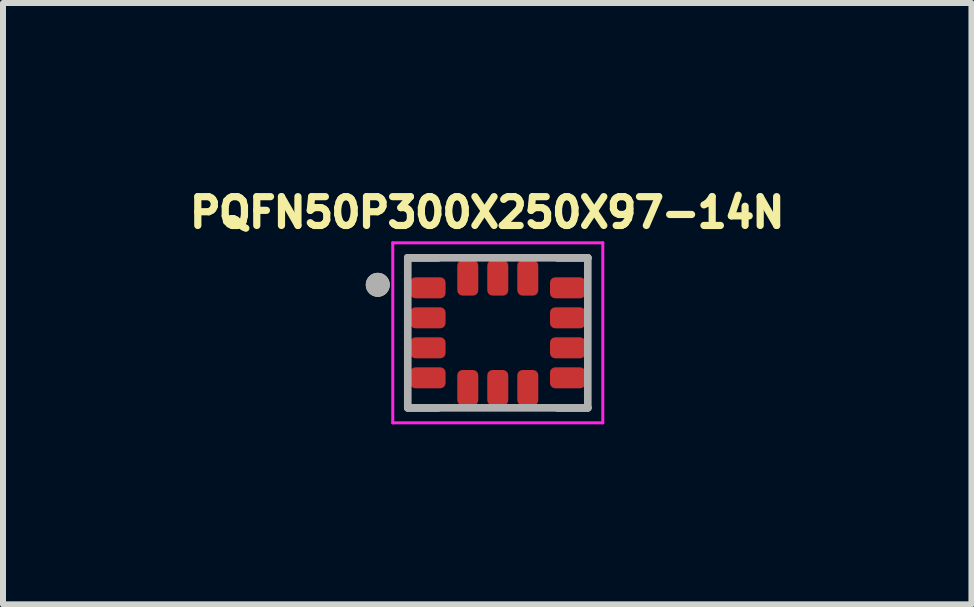
<source format=kicad_pcb>
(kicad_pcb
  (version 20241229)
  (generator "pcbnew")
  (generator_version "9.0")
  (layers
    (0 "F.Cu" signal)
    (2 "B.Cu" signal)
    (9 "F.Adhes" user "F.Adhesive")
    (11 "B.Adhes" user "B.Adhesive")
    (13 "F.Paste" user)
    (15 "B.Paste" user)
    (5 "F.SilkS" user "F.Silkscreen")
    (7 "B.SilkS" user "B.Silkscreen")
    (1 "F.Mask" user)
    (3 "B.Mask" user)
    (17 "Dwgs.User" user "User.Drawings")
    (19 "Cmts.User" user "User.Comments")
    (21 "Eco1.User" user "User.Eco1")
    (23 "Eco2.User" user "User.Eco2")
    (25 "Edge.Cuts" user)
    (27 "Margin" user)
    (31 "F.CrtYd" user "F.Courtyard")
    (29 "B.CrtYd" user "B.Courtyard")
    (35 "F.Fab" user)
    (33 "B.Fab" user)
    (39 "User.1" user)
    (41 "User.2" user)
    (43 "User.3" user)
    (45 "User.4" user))
  (footprint "PQFN50P300X250X97-14N"
    (layer "F.Cu")
    (at 5.245 2.496)
    (property "Reference" "PQFN50P300X250X97-14N" (at -0.176 -2.005 0) (layer "F.SilkS") (effects (font (size 0.48 0.48) (thickness 0.15))))
    (attr smd)
    (fp_poly (pts (xy -0.82 -0.85) (xy -0.82 -0.65) (xy -0.82 -0.643) (xy -0.821 -0.637) (xy -0.822 -0.63) (xy -0.823 -0.624) (xy -0.824 -0.618) (xy -0.826 -0.611) (xy -0.828 -0.605) (xy -0.831 -0.599) (xy -0.834 -0.593) (xy -0.837 -0.588) (xy -0.84 -0.582) (xy -0.844 -0.577) (xy -0.848 -0.571) (xy -0.852 -0.566) (xy -0.857 -0.562) (xy -0.861 -0.557) (xy -0.866 -0.553) (xy -0.872 -0.549) (xy -0.877 -0.545) (xy -0.882 -0.542) (xy -0.888 -0.539) (xy -0.894 -0.536) (xy -0.9 -0.533) (xy -0.906 -0.531) (xy -0.913 -0.529) (xy -0.919 -0.528) (xy -0.925 -0.527) (xy -0.932 -0.526) (xy -0.938 -0.525) (xy -0.945 -0.525) (xy -1.385 -0.525) (xy -1.392 -0.525) (xy -1.398 -0.526) (xy -1.405 -0.527) (xy -1.411 -0.528) (xy -1.417 -0.529) (xy -1.424 -0.531) (xy -1.43 -0.533) (xy -1.436 -0.536) (xy -1.442 -0.539) (xy -1.448 -0.542) (xy -1.453 -0.545) (xy -1.458 -0.549) (xy -1.464 -0.553) (xy -1.469 -0.557) (xy -1.473 -0.562) (xy -1.478 -0.566) (xy -1.482 -0.571) (xy -1.486 -0.577) (xy -1.49 -0.582) (xy -1.493 -0.588) (xy -1.496 -0.593) (xy -1.499 -0.599) (xy -1.502 -0.605) (xy -1.504 -0.611) (xy -1.506 -0.618) (xy -1.507 -0.624) (xy -1.508 -0.63) (xy -1.509 -0.637) (xy -1.51 -0.643) (xy -1.51 -0.65) (xy -1.51 -0.85) (xy -1.51 -0.857) (xy -1.509 -0.863) (xy -1.508 -0.87) (xy -1.507 -0.876) (xy -1.506 -0.882) (xy -1.504 -0.889) (xy -1.502 -0.895) (xy -1.499 -0.901) (xy -1.496 -0.907) (xy -1.493 -0.912) (xy -1.49 -0.918) (xy -1.486 -0.923) (xy -1.482 -0.929) (xy -1.478 -0.934) (xy -1.473 -0.938) (xy -1.469 -0.943) (xy -1.464 -0.947) (xy -1.458 -0.951) (xy -1.453 -0.955) (xy -1.448 -0.958) (xy -1.442 -0.961) (xy -1.436 -0.964) (xy -1.43 -0.967) (xy -1.424 -0.969) (xy -1.417 -0.971) (xy -1.411 -0.972) (xy -1.405 -0.973) (xy -1.398 -0.974) (xy -1.392 -0.975) (xy -1.385 -0.975) (xy -0.945 -0.975) (xy -0.938 -0.975) (xy -0.932 -0.974) (xy -0.925 -0.973) (xy -0.919 -0.972) (xy -0.913 -0.971) (xy -0.906 -0.969) (xy -0.9 -0.967) (xy -0.894 -0.964) (xy -0.888 -0.961) (xy -0.882 -0.958) (xy -0.877 -0.955) (xy -0.872 -0.951) (xy -0.866 -0.947) (xy -0.861 -0.943) (xy -0.857 -0.938) (xy -0.852 -0.934) (xy -0.848 -0.929) (xy -0.844 -0.923) (xy -0.84 -0.918) (xy -0.837 -0.912) (xy -0.834 -0.907) (xy -0.831 -0.901) (xy -0.828 -0.895) (xy -0.826 -0.889) (xy -0.824 -0.882) (xy -0.823 -0.876) (xy -0.822 -0.87) (xy -0.821 -0.863) (xy -0.82 -0.857) (xy -0.82 -0.85)) (stroke (width 0.01) (type solid)) (fill yes) (layer "F.Mask"))
    (fp_poly (pts (xy -0.82 -0.35) (xy -0.82 -0.15) (xy -0.82 -0.143) (xy -0.821 -0.137) (xy -0.822 -0.13) (xy -0.823 -0.124) (xy -0.824 -0.118) (xy -0.826 -0.111) (xy -0.828 -0.105) (xy -0.831 -0.099) (xy -0.834 -0.093) (xy -0.837 -0.088) (xy -0.84 -0.082) (xy -0.844 -0.077) (xy -0.848 -0.071) (xy -0.852 -0.066) (xy -0.857 -0.062) (xy -0.861 -0.057) (xy -0.866 -0.053) (xy -0.872 -0.049) (xy -0.877 -0.045) (xy -0.882 -0.042) (xy -0.888 -0.039) (xy -0.894 -0.036) (xy -0.9 -0.033) (xy -0.906 -0.031) (xy -0.913 -0.029) (xy -0.919 -0.028) (xy -0.925 -0.027) (xy -0.932 -0.026) (xy -0.938 -0.025) (xy -0.945 -0.025) (xy -1.385 -0.025) (xy -1.392 -0.025) (xy -1.398 -0.026) (xy -1.405 -0.027) (xy -1.411 -0.028) (xy -1.417 -0.029) (xy -1.424 -0.031) (xy -1.43 -0.033) (xy -1.436 -0.036) (xy -1.442 -0.039) (xy -1.448 -0.042) (xy -1.453 -0.045) (xy -1.458 -0.049) (xy -1.464 -0.053) (xy -1.469 -0.057) (xy -1.473 -0.062) (xy -1.478 -0.066) (xy -1.482 -0.071) (xy -1.486 -0.077) (xy -1.49 -0.082) (xy -1.493 -0.088) (xy -1.496 -0.093) (xy -1.499 -0.099) (xy -1.502 -0.105) (xy -1.504 -0.111) (xy -1.506 -0.118) (xy -1.507 -0.124) (xy -1.508 -0.13) (xy -1.509 -0.137) (xy -1.51 -0.143) (xy -1.51 -0.15) (xy -1.51 -0.35) (xy -1.51 -0.357) (xy -1.509 -0.363) (xy -1.508 -0.37) (xy -1.507 -0.376) (xy -1.506 -0.382) (xy -1.504 -0.389) (xy -1.502 -0.395) (xy -1.499 -0.401) (xy -1.496 -0.407) (xy -1.493 -0.412) (xy -1.49 -0.418) (xy -1.486 -0.423) (xy -1.482 -0.429) (xy -1.478 -0.434) (xy -1.473 -0.438) (xy -1.469 -0.443) (xy -1.464 -0.447) (xy -1.458 -0.451) (xy -1.453 -0.455) (xy -1.448 -0.458) (xy -1.442 -0.461) (xy -1.436 -0.464) (xy -1.43 -0.467) (xy -1.424 -0.469) (xy -1.417 -0.471) (xy -1.411 -0.472) (xy -1.405 -0.473) (xy -1.398 -0.474) (xy -1.392 -0.475) (xy -1.385 -0.475) (xy -0.945 -0.475) (xy -0.938 -0.475) (xy -0.932 -0.474) (xy -0.925 -0.473) (xy -0.919 -0.472) (xy -0.913 -0.471) (xy -0.906 -0.469) (xy -0.9 -0.467) (xy -0.894 -0.464) (xy -0.888 -0.461) (xy -0.882 -0.458) (xy -0.877 -0.455) (xy -0.872 -0.451) (xy -0.866 -0.447) (xy -0.861 -0.443) (xy -0.857 -0.438) (xy -0.852 -0.434) (xy -0.848 -0.429) (xy -0.844 -0.423) (xy -0.84 -0.418) (xy -0.837 -0.412) (xy -0.834 -0.407) (xy -0.831 -0.401) (xy -0.828 -0.395) (xy -0.826 -0.389) (xy -0.824 -0.382) (xy -0.823 -0.376) (xy -0.822 -0.37) (xy -0.821 -0.363) (xy -0.82 -0.357) (xy -0.82 -0.35)) (stroke (width 0.01) (type solid)) (fill yes) (layer "F.Mask"))
    (fp_poly (pts (xy -0.82 0.15) (xy -0.82 0.35) (xy -0.82 0.357) (xy -0.821 0.363) (xy -0.822 0.37) (xy -0.823 0.376) (xy -0.824 0.382) (xy -0.826 0.389) (xy -0.828 0.395) (xy -0.831 0.401) (xy -0.834 0.407) (xy -0.837 0.412) (xy -0.84 0.418) (xy -0.844 0.423) (xy -0.848 0.429) (xy -0.852 0.434) (xy -0.857 0.438) (xy -0.861 0.443) (xy -0.866 0.447) (xy -0.872 0.451) (xy -0.877 0.455) (xy -0.882 0.458) (xy -0.888 0.461) (xy -0.894 0.464) (xy -0.9 0.467) (xy -0.906 0.469) (xy -0.913 0.471) (xy -0.919 0.472) (xy -0.925 0.473) (xy -0.932 0.474) (xy -0.938 0.475) (xy -0.945 0.475) (xy -1.385 0.475) (xy -1.392 0.475) (xy -1.398 0.474) (xy -1.405 0.473) (xy -1.411 0.472) (xy -1.417 0.471) (xy -1.424 0.469) (xy -1.43 0.467) (xy -1.436 0.464) (xy -1.442 0.461) (xy -1.448 0.458) (xy -1.453 0.455) (xy -1.458 0.451) (xy -1.464 0.447) (xy -1.469 0.443) (xy -1.473 0.438) (xy -1.478 0.434) (xy -1.482 0.429) (xy -1.486 0.423) (xy -1.49 0.418) (xy -1.493 0.412) (xy -1.496 0.407) (xy -1.499 0.401) (xy -1.502 0.395) (xy -1.504 0.389) (xy -1.506 0.382) (xy -1.507 0.376) (xy -1.508 0.37) (xy -1.509 0.363) (xy -1.51 0.357) (xy -1.51 0.35) (xy -1.51 0.15) (xy -1.51 0.143) (xy -1.509 0.137) (xy -1.508 0.13) (xy -1.507 0.124) (xy -1.506 0.118) (xy -1.504 0.111) (xy -1.502 0.105) (xy -1.499 0.099) (xy -1.496 0.093) (xy -1.493 0.088) (xy -1.49 0.082) (xy -1.486 0.077) (xy -1.482 0.071) (xy -1.478 0.066) (xy -1.473 0.062) (xy -1.469 0.057) (xy -1.464 0.053) (xy -1.458 0.049) (xy -1.453 0.045) (xy -1.448 0.042) (xy -1.442 0.039) (xy -1.436 0.036) (xy -1.43 0.033) (xy -1.424 0.031) (xy -1.417 0.029) (xy -1.411 0.028) (xy -1.405 0.027) (xy -1.398 0.026) (xy -1.392 0.025) (xy -1.385 0.025) (xy -0.945 0.025) (xy -0.938 0.025) (xy -0.932 0.026) (xy -0.925 0.027) (xy -0.919 0.028) (xy -0.913 0.029) (xy -0.906 0.031) (xy -0.9 0.033) (xy -0.894 0.036) (xy -0.888 0.039) (xy -0.882 0.042) (xy -0.877 0.045) (xy -0.872 0.049) (xy -0.866 0.053) (xy -0.861 0.057) (xy -0.857 0.062) (xy -0.852 0.066) (xy -0.848 0.071) (xy -0.844 0.077) (xy -0.84 0.082) (xy -0.837 0.088) (xy -0.834 0.093) (xy -0.831 0.099) (xy -0.828 0.105) (xy -0.826 0.111) (xy -0.824 0.118) (xy -0.823 0.124) (xy -0.822 0.13) (xy -0.821 0.137) (xy -0.82 0.143) (xy -0.82 0.15)) (stroke (width 0.01) (type solid)) (fill yes) (layer "F.Mask"))
    (fp_poly (pts (xy -0.82 0.65) (xy -0.82 0.85) (xy -0.82 0.857) (xy -0.821 0.863) (xy -0.822 0.87) (xy -0.823 0.876) (xy -0.824 0.882) (xy -0.826 0.889) (xy -0.828 0.895) (xy -0.831 0.901) (xy -0.834 0.907) (xy -0.837 0.912) (xy -0.84 0.918) (xy -0.844 0.923) (xy -0.848 0.929) (xy -0.852 0.934) (xy -0.857 0.938) (xy -0.861 0.943) (xy -0.866 0.947) (xy -0.872 0.951) (xy -0.877 0.955) (xy -0.882 0.958) (xy -0.888 0.961) (xy -0.894 0.964) (xy -0.9 0.967) (xy -0.906 0.969) (xy -0.913 0.971) (xy -0.919 0.972) (xy -0.925 0.973) (xy -0.932 0.974) (xy -0.938 0.975) (xy -0.945 0.975) (xy -1.385 0.975) (xy -1.392 0.975) (xy -1.398 0.974) (xy -1.405 0.973) (xy -1.411 0.972) (xy -1.417 0.971) (xy -1.424 0.969) (xy -1.43 0.967) (xy -1.436 0.964) (xy -1.442 0.961) (xy -1.448 0.958) (xy -1.453 0.955) (xy -1.458 0.951) (xy -1.464 0.947) (xy -1.469 0.943) (xy -1.473 0.938) (xy -1.478 0.934) (xy -1.482 0.929) (xy -1.486 0.923) (xy -1.49 0.918) (xy -1.493 0.912) (xy -1.496 0.907) (xy -1.499 0.901) (xy -1.502 0.895) (xy -1.504 0.889) (xy -1.506 0.882) (xy -1.507 0.876) (xy -1.508 0.87) (xy -1.509 0.863) (xy -1.51 0.857) (xy -1.51 0.85) (xy -1.51 0.65) (xy -1.51 0.643) (xy -1.509 0.637) (xy -1.508 0.63) (xy -1.507 0.624) (xy -1.506 0.618) (xy -1.504 0.611) (xy -1.502 0.605) (xy -1.499 0.599) (xy -1.496 0.593) (xy -1.493 0.588) (xy -1.49 0.582) (xy -1.486 0.577) (xy -1.482 0.571) (xy -1.478 0.566) (xy -1.473 0.562) (xy -1.469 0.557) (xy -1.464 0.553) (xy -1.458 0.549) (xy -1.453 0.545) (xy -1.448 0.542) (xy -1.442 0.539) (xy -1.436 0.536) (xy -1.43 0.533) (xy -1.424 0.531) (xy -1.417 0.529) (xy -1.411 0.528) (xy -1.405 0.527) (xy -1.398 0.526) (xy -1.392 0.525) (xy -1.385 0.525) (xy -0.945 0.525) (xy -0.938 0.525) (xy -0.932 0.526) (xy -0.925 0.527) (xy -0.919 0.528) (xy -0.913 0.529) (xy -0.906 0.531) (xy -0.9 0.533) (xy -0.894 0.536) (xy -0.888 0.539) (xy -0.882 0.542) (xy -0.877 0.545) (xy -0.872 0.549) (xy -0.866 0.553) (xy -0.861 0.557) (xy -0.857 0.562) (xy -0.852 0.566) (xy -0.848 0.571) (xy -0.844 0.577) (xy -0.84 0.582) (xy -0.837 0.588) (xy -0.834 0.593) (xy -0.831 0.599) (xy -0.828 0.605) (xy -0.826 0.611) (xy -0.824 0.618) (xy -0.823 0.624) (xy -0.822 0.63) (xy -0.821 0.637) (xy -0.82 0.643) (xy -0.82 0.65)) (stroke (width 0.01) (type solid)) (fill yes) (layer "F.Mask"))
    (fp_poly (pts (xy -0.6 -1.26) (xy -0.4 -1.26) (xy -0.393 -1.26) (xy -0.387 -1.259) (xy -0.38 -1.258) (xy -0.374 -1.257) (xy -0.368 -1.256) (xy -0.361 -1.254) (xy -0.355 -1.252) (xy -0.349 -1.249) (xy -0.343 -1.246) (xy -0.338 -1.243) (xy -0.332 -1.24) (xy -0.327 -1.236) (xy -0.321 -1.232) (xy -0.316 -1.228) (xy -0.312 -1.223) (xy -0.307 -1.219) (xy -0.303 -1.214) (xy -0.299 -1.208) (xy -0.295 -1.203) (xy -0.292 -1.198) (xy -0.289 -1.192) (xy -0.286 -1.186) (xy -0.283 -1.18) (xy -0.281 -1.174) (xy -0.279 -1.167) (xy -0.278 -1.161) (xy -0.277 -1.155) (xy -0.276 -1.148) (xy -0.275 -1.142) (xy -0.275 -1.135) (xy -0.275 -0.695) (xy -0.275 -0.688) (xy -0.276 -0.682) (xy -0.277 -0.675) (xy -0.278 -0.669) (xy -0.279 -0.663) (xy -0.281 -0.656) (xy -0.283 -0.65) (xy -0.286 -0.644) (xy -0.289 -0.638) (xy -0.292 -0.632) (xy -0.295 -0.627) (xy -0.299 -0.622) (xy -0.303 -0.616) (xy -0.307 -0.611) (xy -0.312 -0.607) (xy -0.316 -0.602) (xy -0.321 -0.598) (xy -0.327 -0.594) (xy -0.332 -0.59) (xy -0.338 -0.587) (xy -0.343 -0.584) (xy -0.349 -0.581) (xy -0.355 -0.578) (xy -0.361 -0.576) (xy -0.368 -0.574) (xy -0.374 -0.573) (xy -0.38 -0.572) (xy -0.387 -0.571) (xy -0.393 -0.57) (xy -0.4 -0.57) (xy -0.6 -0.57) (xy -0.607 -0.57) (xy -0.613 -0.571) (xy -0.62 -0.572) (xy -0.626 -0.573) (xy -0.632 -0.574) (xy -0.639 -0.576) (xy -0.645 -0.578) (xy -0.651 -0.581) (xy -0.657 -0.584) (xy -0.663 -0.587) (xy -0.668 -0.59) (xy -0.673 -0.594) (xy -0.679 -0.598) (xy -0.684 -0.602) (xy -0.688 -0.607) (xy -0.693 -0.611) (xy -0.697 -0.616) (xy -0.701 -0.622) (xy -0.705 -0.627) (xy -0.708 -0.632) (xy -0.711 -0.638) (xy -0.714 -0.644) (xy -0.717 -0.65) (xy -0.719 -0.656) (xy -0.721 -0.663) (xy -0.722 -0.669) (xy -0.723 -0.675) (xy -0.724 -0.682) (xy -0.725 -0.688) (xy -0.725 -0.695) (xy -0.725 -1.135) (xy -0.725 -1.142) (xy -0.724 -1.148) (xy -0.723 -1.155) (xy -0.722 -1.161) (xy -0.721 -1.167) (xy -0.719 -1.174) (xy -0.717 -1.18) (xy -0.714 -1.186) (xy -0.711 -1.192) (xy -0.708 -1.198) (xy -0.705 -1.203) (xy -0.701 -1.208) (xy -0.697 -1.214) (xy -0.693 -1.219) (xy -0.688 -1.223) (xy -0.684 -1.228) (xy -0.679 -1.232) (xy -0.673 -1.236) (xy -0.668 -1.24) (xy -0.662 -1.243) (xy -0.657 -1.246) (xy -0.651 -1.249) (xy -0.645 -1.252) (xy -0.639 -1.254) (xy -0.632 -1.256) (xy -0.626 -1.257) (xy -0.62 -1.258) (xy -0.613 -1.259) (xy -0.607 -1.26) (xy -0.6 -1.26)) (stroke (width 0.01) (type solid)) (fill yes) (layer "F.Mask"))
    (fp_poly (pts (xy -0.6 0.57) (xy -0.4 0.57) (xy -0.393 0.57) (xy -0.387 0.571) (xy -0.38 0.572) (xy -0.374 0.573) (xy -0.368 0.574) (xy -0.361 0.576) (xy -0.355 0.578) (xy -0.349 0.581) (xy -0.343 0.584) (xy -0.338 0.587) (xy -0.332 0.59) (xy -0.327 0.594) (xy -0.321 0.598) (xy -0.316 0.602) (xy -0.312 0.607) (xy -0.307 0.611) (xy -0.303 0.616) (xy -0.299 0.622) (xy -0.295 0.627) (xy -0.292 0.632) (xy -0.289 0.638) (xy -0.286 0.644) (xy -0.283 0.65) (xy -0.281 0.656) (xy -0.279 0.663) (xy -0.278 0.669) (xy -0.277 0.675) (xy -0.276 0.682) (xy -0.275 0.688) (xy -0.275 0.695) (xy -0.275 1.135) (xy -0.275 1.142) (xy -0.276 1.148) (xy -0.277 1.155) (xy -0.278 1.161) (xy -0.279 1.167) (xy -0.281 1.174) (xy -0.283 1.18) (xy -0.286 1.186) (xy -0.289 1.192) (xy -0.292 1.198) (xy -0.295 1.203) (xy -0.299 1.208) (xy -0.303 1.214) (xy -0.307 1.219) (xy -0.312 1.223) (xy -0.316 1.228) (xy -0.321 1.232) (xy -0.327 1.236) (xy -0.332 1.24) (xy -0.338 1.243) (xy -0.343 1.246) (xy -0.349 1.249) (xy -0.355 1.252) (xy -0.361 1.254) (xy -0.368 1.256) (xy -0.374 1.257) (xy -0.38 1.258) (xy -0.387 1.259) (xy -0.393 1.26) (xy -0.4 1.26) (xy -0.6 1.26) (xy -0.607 1.26) (xy -0.613 1.259) (xy -0.62 1.258) (xy -0.626 1.257) (xy -0.632 1.256) (xy -0.639 1.254) (xy -0.645 1.252) (xy -0.651 1.249) (xy -0.657 1.246) (xy -0.663 1.243) (xy -0.668 1.24) (xy -0.673 1.236) (xy -0.679 1.232) (xy -0.684 1.228) (xy -0.688 1.223) (xy -0.693 1.219) (xy -0.697 1.214) (xy -0.701 1.208) (xy -0.705 1.203) (xy -0.708 1.198) (xy -0.711 1.192) (xy -0.714 1.186) (xy -0.717 1.18) (xy -0.719 1.174) (xy -0.721 1.167) (xy -0.722 1.161) (xy -0.723 1.155) (xy -0.724 1.148) (xy -0.725 1.142) (xy -0.725 1.135) (xy -0.725 0.695) (xy -0.725 0.688) (xy -0.724 0.682) (xy -0.723 0.675) (xy -0.722 0.669) (xy -0.721 0.663) (xy -0.719 0.656) (xy -0.717 0.65) (xy -0.714 0.644) (xy -0.711 0.638) (xy -0.708 0.632) (xy -0.705 0.627) (xy -0.701 0.622) (xy -0.697 0.616) (xy -0.693 0.611) (xy -0.688 0.607) (xy -0.684 0.602) (xy -0.679 0.598) (xy -0.673 0.594) (xy -0.668 0.59) (xy -0.662 0.587) (xy -0.657 0.584) (xy -0.651 0.581) (xy -0.645 0.578) (xy -0.639 0.576) (xy -0.632 0.574) (xy -0.626 0.573) (xy -0.62 0.572) (xy -0.613 0.571) (xy -0.607 0.57) (xy -0.6 0.57)) (stroke (width 0.01) (type solid)) (fill yes) (layer "F.Mask"))
    (fp_poly (pts (xy -0.1 -1.26) (xy 0.1 -1.26) (xy 0.107 -1.26) (xy 0.113 -1.259) (xy 0.12 -1.258) (xy 0.126 -1.257) (xy 0.132 -1.256) (xy 0.139 -1.254) (xy 0.145 -1.252) (xy 0.151 -1.249) (xy 0.157 -1.246) (xy 0.163 -1.243) (xy 0.168 -1.24) (xy 0.173 -1.236) (xy 0.179 -1.232) (xy 0.184 -1.228) (xy 0.188 -1.223) (xy 0.193 -1.219) (xy 0.197 -1.214) (xy 0.201 -1.208) (xy 0.205 -1.203) (xy 0.208 -1.198) (xy 0.211 -1.192) (xy 0.214 -1.186) (xy 0.217 -1.18) (xy 0.219 -1.174) (xy 0.221 -1.167) (xy 0.222 -1.161) (xy 0.223 -1.155) (xy 0.224 -1.148) (xy 0.225 -1.142) (xy 0.225 -1.135) (xy 0.225 -0.695) (xy 0.225 -0.688) (xy 0.224 -0.682) (xy 0.223 -0.675) (xy 0.222 -0.669) (xy 0.221 -0.663) (xy 0.219 -0.656) (xy 0.217 -0.65) (xy 0.214 -0.644) (xy 0.211 -0.638) (xy 0.208 -0.632) (xy 0.205 -0.627) (xy 0.201 -0.622) (xy 0.197 -0.616) (xy 0.193 -0.611) (xy 0.188 -0.607) (xy 0.184 -0.602) (xy 0.179 -0.598) (xy 0.173 -0.594) (xy 0.168 -0.59) (xy 0.163 -0.587) (xy 0.157 -0.584) (xy 0.151 -0.581) (xy 0.145 -0.578) (xy 0.139 -0.576) (xy 0.132 -0.574) (xy 0.126 -0.573) (xy 0.12 -0.572) (xy 0.113 -0.571) (xy 0.107 -0.57) (xy 0.1 -0.57) (xy -0.1 -0.57) (xy -0.107 -0.57) (xy -0.113 -0.571) (xy -0.12 -0.572) (xy -0.126 -0.573) (xy -0.132 -0.574) (xy -0.139 -0.576) (xy -0.145 -0.578) (xy -0.151 -0.581) (xy -0.157 -0.584) (xy -0.163 -0.587) (xy -0.168 -0.59) (xy -0.173 -0.594) (xy -0.179 -0.598) (xy -0.184 -0.602) (xy -0.188 -0.607) (xy -0.193 -0.611) (xy -0.197 -0.616) (xy -0.201 -0.622) (xy -0.205 -0.627) (xy -0.208 -0.632) (xy -0.211 -0.638) (xy -0.214 -0.644) (xy -0.217 -0.65) (xy -0.219 -0.656) (xy -0.221 -0.663) (xy -0.222 -0.669) (xy -0.223 -0.675) (xy -0.224 -0.682) (xy -0.225 -0.688) (xy -0.225 -0.695) (xy -0.225 -1.135) (xy -0.225 -1.142) (xy -0.224 -1.148) (xy -0.223 -1.155) (xy -0.222 -1.161) (xy -0.221 -1.167) (xy -0.219 -1.174) (xy -0.217 -1.18) (xy -0.214 -1.186) (xy -0.211 -1.192) (xy -0.208 -1.198) (xy -0.205 -1.203) (xy -0.201 -1.208) (xy -0.197 -1.214) (xy -0.193 -1.219) (xy -0.188 -1.223) (xy -0.184 -1.228) (xy -0.179 -1.232) (xy -0.173 -1.236) (xy -0.168 -1.24) (xy -0.162 -1.243) (xy -0.157 -1.246) (xy -0.151 -1.249) (xy -0.145 -1.252) (xy -0.139 -1.254) (xy -0.132 -1.256) (xy -0.126 -1.257) (xy -0.12 -1.258) (xy -0.113 -1.259) (xy -0.107 -1.26) (xy -0.1 -1.26)) (stroke (width 0.01) (type solid)) (fill yes) (layer "F.Mask"))
    (fp_poly (pts (xy -0.1 0.57) (xy 0.1 0.57) (xy 0.107 0.57) (xy 0.113 0.571) (xy 0.12 0.572) (xy 0.126 0.573) (xy 0.132 0.574) (xy 0.139 0.576) (xy 0.145 0.578) (xy 0.151 0.581) (xy 0.157 0.584) (xy 0.163 0.587) (xy 0.168 0.59) (xy 0.173 0.594) (xy 0.179 0.598) (xy 0.184 0.602) (xy 0.188 0.607) (xy 0.193 0.611) (xy 0.197 0.616) (xy 0.201 0.622) (xy 0.205 0.627) (xy 0.208 0.632) (xy 0.211 0.638) (xy 0.214 0.644) (xy 0.217 0.65) (xy 0.219 0.656) (xy 0.221 0.663) (xy 0.222 0.669) (xy 0.223 0.675) (xy 0.224 0.682) (xy 0.225 0.688) (xy 0.225 0.695) (xy 0.225 1.135) (xy 0.225 1.142) (xy 0.224 1.148) (xy 0.223 1.155) (xy 0.222 1.161) (xy 0.221 1.167) (xy 0.219 1.174) (xy 0.217 1.18) (xy 0.214 1.186) (xy 0.211 1.192) (xy 0.208 1.198) (xy 0.205 1.203) (xy 0.201 1.208) (xy 0.197 1.214) (xy 0.193 1.219) (xy 0.188 1.223) (xy 0.184 1.228) (xy 0.179 1.232) (xy 0.173 1.236) (xy 0.168 1.24) (xy 0.163 1.243) (xy 0.157 1.246) (xy 0.151 1.249) (xy 0.145 1.252) (xy 0.139 1.254) (xy 0.132 1.256) (xy 0.126 1.257) (xy 0.12 1.258) (xy 0.113 1.259) (xy 0.107 1.26) (xy 0.1 1.26) (xy -0.1 1.26) (xy -0.107 1.26) (xy -0.113 1.259) (xy -0.12 1.258) (xy -0.126 1.257) (xy -0.132 1.256) (xy -0.139 1.254) (xy -0.145 1.252) (xy -0.151 1.249) (xy -0.157 1.246) (xy -0.163 1.243) (xy -0.168 1.24) (xy -0.173 1.236) (xy -0.179 1.232) (xy -0.184 1.228) (xy -0.188 1.223) (xy -0.193 1.219) (xy -0.197 1.214) (xy -0.201 1.208) (xy -0.205 1.203) (xy -0.208 1.198) (xy -0.211 1.192) (xy -0.214 1.186) (xy -0.217 1.18) (xy -0.219 1.174) (xy -0.221 1.167) (xy -0.222 1.161) (xy -0.223 1.155) (xy -0.224 1.148) (xy -0.225 1.142) (xy -0.225 1.135) (xy -0.225 0.695) (xy -0.225 0.688) (xy -0.224 0.682) (xy -0.223 0.675) (xy -0.222 0.669) (xy -0.221 0.663) (xy -0.219 0.656) (xy -0.217 0.65) (xy -0.214 0.644) (xy -0.211 0.638) (xy -0.208 0.632) (xy -0.205 0.627) (xy -0.201 0.622) (xy -0.197 0.616) (xy -0.193 0.611) (xy -0.188 0.607) (xy -0.184 0.602) (xy -0.179 0.598) (xy -0.173 0.594) (xy -0.168 0.59) (xy -0.162 0.587) (xy -0.157 0.584) (xy -0.151 0.581) (xy -0.145 0.578) (xy -0.139 0.576) (xy -0.132 0.574) (xy -0.126 0.573) (xy -0.12 0.572) (xy -0.113 0.571) (xy -0.107 0.57) (xy -0.1 0.57)) (stroke (width 0.01) (type solid)) (fill yes) (layer "F.Mask"))
    (fp_poly (pts (xy 0.4 -1.26) (xy 0.6 -1.26) (xy 0.607 -1.26) (xy 0.613 -1.259) (xy 0.62 -1.258) (xy 0.626 -1.257) (xy 0.632 -1.256) (xy 0.639 -1.254) (xy 0.645 -1.252) (xy 0.651 -1.249) (xy 0.657 -1.246) (xy 0.662 -1.243) (xy 0.668 -1.24) (xy 0.673 -1.236) (xy 0.679 -1.232) (xy 0.684 -1.228) (xy 0.688 -1.223) (xy 0.693 -1.219) (xy 0.697 -1.214) (xy 0.701 -1.208) (xy 0.705 -1.203) (xy 0.708 -1.198) (xy 0.711 -1.192) (xy 0.714 -1.186) (xy 0.717 -1.18) (xy 0.719 -1.174) (xy 0.721 -1.167) (xy 0.722 -1.161) (xy 0.723 -1.155) (xy 0.724 -1.148) (xy 0.725 -1.142) (xy 0.725 -1.135) (xy 0.725 -0.695) (xy 0.725 -0.688) (xy 0.724 -0.682) (xy 0.723 -0.675) (xy 0.722 -0.669) (xy 0.721 -0.663) (xy 0.719 -0.656) (xy 0.717 -0.65) (xy 0.714 -0.644) (xy 0.711 -0.638) (xy 0.708 -0.632) (xy 0.705 -0.627) (xy 0.701 -0.622) (xy 0.697 -0.616) (xy 0.693 -0.611) (xy 0.688 -0.607) (xy 0.684 -0.602) (xy 0.679 -0.598) (xy 0.673 -0.594) (xy 0.668 -0.59) (xy 0.662 -0.587) (xy 0.657 -0.584) (xy 0.651 -0.581) (xy 0.645 -0.578) (xy 0.639 -0.576) (xy 0.632 -0.574) (xy 0.626 -0.573) (xy 0.62 -0.572) (xy 0.613 -0.571) (xy 0.607 -0.57) (xy 0.6 -0.57) (xy 0.4 -0.57) (xy 0.393 -0.57) (xy 0.387 -0.571) (xy 0.38 -0.572) (xy 0.374 -0.573) (xy 0.368 -0.574) (xy 0.361 -0.576) (xy 0.355 -0.578) (xy 0.349 -0.581) (xy 0.343 -0.584) (xy 0.337 -0.587) (xy 0.332 -0.59) (xy 0.327 -0.594) (xy 0.321 -0.598) (xy 0.316 -0.602) (xy 0.312 -0.607) (xy 0.307 -0.611) (xy 0.303 -0.616) (xy 0.299 -0.622) (xy 0.295 -0.627) (xy 0.292 -0.632) (xy 0.289 -0.638) (xy 0.286 -0.644) (xy 0.283 -0.65) (xy 0.281 -0.656) (xy 0.279 -0.663) (xy 0.278 -0.669) (xy 0.277 -0.675) (xy 0.276 -0.682) (xy 0.275 -0.688) (xy 0.275 -0.695) (xy 0.275 -1.135) (xy 0.275 -1.142) (xy 0.276 -1.148) (xy 0.277 -1.155) (xy 0.278 -1.161) (xy 0.279 -1.167) (xy 0.281 -1.174) (xy 0.283 -1.18) (xy 0.286 -1.186) (xy 0.289 -1.192) (xy 0.292 -1.198) (xy 0.295 -1.203) (xy 0.299 -1.208) (xy 0.303 -1.214) (xy 0.307 -1.219) (xy 0.312 -1.223) (xy 0.316 -1.228) (xy 0.321 -1.232) (xy 0.327 -1.236) (xy 0.332 -1.24) (xy 0.338 -1.243) (xy 0.343 -1.246) (xy 0.349 -1.249) (xy 0.355 -1.252) (xy 0.361 -1.254) (xy 0.368 -1.256) (xy 0.374 -1.257) (xy 0.38 -1.258) (xy 0.387 -1.259) (xy 0.393 -1.26) (xy 0.4 -1.26)) (stroke (width 0.01) (type solid)) (fill yes) (layer "F.Mask"))
    (fp_poly (pts (xy 0.4 0.57) (xy 0.6 0.57) (xy 0.607 0.57) (xy 0.613 0.571) (xy 0.62 0.572) (xy 0.626 0.573) (xy 0.632 0.574) (xy 0.639 0.576) (xy 0.645 0.578) (xy 0.651 0.581) (xy 0.657 0.584) (xy 0.662 0.587) (xy 0.668 0.59) (xy 0.673 0.594) (xy 0.679 0.598) (xy 0.684 0.602) (xy 0.688 0.607) (xy 0.693 0.611) (xy 0.697 0.616) (xy 0.701 0.622) (xy 0.705 0.627) (xy 0.708 0.632) (xy 0.711 0.638) (xy 0.714 0.644) (xy 0.717 0.65) (xy 0.719 0.656) (xy 0.721 0.663) (xy 0.722 0.669) (xy 0.723 0.675) (xy 0.724 0.682) (xy 0.725 0.688) (xy 0.725 0.695) (xy 0.725 1.135) (xy 0.725 1.142) (xy 0.724 1.148) (xy 0.723 1.155) (xy 0.722 1.161) (xy 0.721 1.167) (xy 0.719 1.174) (xy 0.717 1.18) (xy 0.714 1.186) (xy 0.711 1.192) (xy 0.708 1.198) (xy 0.705 1.203) (xy 0.701 1.208) (xy 0.697 1.214) (xy 0.693 1.219) (xy 0.688 1.223) (xy 0.684 1.228) (xy 0.679 1.232) (xy 0.673 1.236) (xy 0.668 1.24) (xy 0.662 1.243) (xy 0.657 1.246) (xy 0.651 1.249) (xy 0.645 1.252) (xy 0.639 1.254) (xy 0.632 1.256) (xy 0.626 1.257) (xy 0.62 1.258) (xy 0.613 1.259) (xy 0.607 1.26) (xy 0.6 1.26) (xy 0.4 1.26) (xy 0.393 1.26) (xy 0.387 1.259) (xy 0.38 1.258) (xy 0.374 1.257) (xy 0.368 1.256) (xy 0.361 1.254) (xy 0.355 1.252) (xy 0.349 1.249) (xy 0.343 1.246) (xy 0.337 1.243) (xy 0.332 1.24) (xy 0.327 1.236) (xy 0.321 1.232) (xy 0.316 1.228) (xy 0.312 1.223) (xy 0.307 1.219) (xy 0.303 1.214) (xy 0.299 1.208) (xy 0.295 1.203) (xy 0.292 1.198) (xy 0.289 1.192) (xy 0.286 1.186) (xy 0.283 1.18) (xy 0.281 1.174) (xy 0.279 1.167) (xy 0.278 1.161) (xy 0.277 1.155) (xy 0.276 1.148) (xy 0.275 1.142) (xy 0.275 1.135) (xy 0.275 0.695) (xy 0.275 0.688) (xy 0.276 0.682) (xy 0.277 0.675) (xy 0.278 0.669) (xy 0.279 0.663) (xy 0.281 0.656) (xy 0.283 0.65) (xy 0.286 0.644) (xy 0.289 0.638) (xy 0.292 0.632) (xy 0.295 0.627) (xy 0.299 0.622) (xy 0.303 0.616) (xy 0.307 0.611) (xy 0.312 0.607) (xy 0.316 0.602) (xy 0.321 0.598) (xy 0.327 0.594) (xy 0.332 0.59) (xy 0.338 0.587) (xy 0.343 0.584) (xy 0.349 0.581) (xy 0.355 0.578) (xy 0.361 0.576) (xy 0.368 0.574) (xy 0.374 0.573) (xy 0.38 0.572) (xy 0.387 0.571) (xy 0.393 0.57) (xy 0.4 0.57)) (stroke (width 0.01) (type solid)) (fill yes) (layer "F.Mask"))
    (fp_poly (pts (xy 1.51 -0.85) (xy 1.51 -0.65) (xy 1.51 -0.643) (xy 1.509 -0.637) (xy 1.508 -0.63) (xy 1.507 -0.624) (xy 1.506 -0.618) (xy 1.504 -0.611) (xy 1.502 -0.605) (xy 1.499 -0.599) (xy 1.496 -0.593) (xy 1.493 -0.588) (xy 1.49 -0.582) (xy 1.486 -0.577) (xy 1.482 -0.571) (xy 1.478 -0.566) (xy 1.473 -0.562) (xy 1.469 -0.557) (xy 1.464 -0.553) (xy 1.458 -0.549) (xy 1.453 -0.545) (xy 1.448 -0.542) (xy 1.442 -0.539) (xy 1.436 -0.536) (xy 1.43 -0.533) (xy 1.424 -0.531) (xy 1.417 -0.529) (xy 1.411 -0.528) (xy 1.405 -0.527) (xy 1.398 -0.526) (xy 1.392 -0.525) (xy 1.385 -0.525) (xy 0.945 -0.525) (xy 0.938 -0.525) (xy 0.932 -0.526) (xy 0.925 -0.527) (xy 0.919 -0.528) (xy 0.913 -0.529) (xy 0.906 -0.531) (xy 0.9 -0.533) (xy 0.894 -0.536) (xy 0.888 -0.539) (xy 0.882 -0.542) (xy 0.877 -0.545) (xy 0.872 -0.549) (xy 0.866 -0.553) (xy 0.861 -0.557) (xy 0.857 -0.562) (xy 0.852 -0.566) (xy 0.848 -0.571) (xy 0.844 -0.577) (xy 0.84 -0.582) (xy 0.837 -0.588) (xy 0.834 -0.593) (xy 0.831 -0.599) (xy 0.828 -0.605) (xy 0.826 -0.611) (xy 0.824 -0.618) (xy 0.823 -0.624) (xy 0.822 -0.63) (xy 0.821 -0.637) (xy 0.82 -0.643) (xy 0.82 -0.65) (xy 0.82 -0.85) (xy 0.82 -0.857) (xy 0.821 -0.863) (xy 0.822 -0.87) (xy 0.823 -0.876) (xy 0.824 -0.882) (xy 0.826 -0.889) (xy 0.828 -0.895) (xy 0.831 -0.901) (xy 0.834 -0.907) (xy 0.837 -0.912) (xy 0.84 -0.918) (xy 0.844 -0.923) (xy 0.848 -0.929) (xy 0.852 -0.934) (xy 0.857 -0.938) (xy 0.861 -0.943) (xy 0.866 -0.947) (xy 0.872 -0.951) (xy 0.877 -0.955) (xy 0.882 -0.958) (xy 0.888 -0.961) (xy 0.894 -0.964) (xy 0.9 -0.967) (xy 0.906 -0.969) (xy 0.913 -0.971) (xy 0.919 -0.972) (xy 0.925 -0.973) (xy 0.932 -0.974) (xy 0.938 -0.975) (xy 0.945 -0.975) (xy 1.385 -0.975) (xy 1.392 -0.975) (xy 1.398 -0.974) (xy 1.405 -0.973) (xy 1.411 -0.972) (xy 1.417 -0.971) (xy 1.424 -0.969) (xy 1.43 -0.967) (xy 1.436 -0.964) (xy 1.442 -0.961) (xy 1.448 -0.958) (xy 1.453 -0.955) (xy 1.458 -0.951) (xy 1.464 -0.947) (xy 1.469 -0.943) (xy 1.473 -0.938) (xy 1.478 -0.934) (xy 1.482 -0.929) (xy 1.486 -0.923) (xy 1.49 -0.918) (xy 1.493 -0.912) (xy 1.496 -0.907) (xy 1.499 -0.901) (xy 1.502 -0.895) (xy 1.504 -0.889) (xy 1.506 -0.882) (xy 1.507 -0.876) (xy 1.508 -0.87) (xy 1.509 -0.863) (xy 1.51 -0.857) (xy 1.51 -0.85)) (stroke (width 0.01) (type solid)) (fill yes) (layer "F.Mask"))
    (fp_poly (pts (xy 1.51 -0.35) (xy 1.51 -0.15) (xy 1.51 -0.143) (xy 1.509 -0.137) (xy 1.508 -0.13) (xy 1.507 -0.124) (xy 1.506 -0.118) (xy 1.504 -0.111) (xy 1.502 -0.105) (xy 1.499 -0.099) (xy 1.496 -0.093) (xy 1.493 -0.088) (xy 1.49 -0.082) (xy 1.486 -0.077) (xy 1.482 -0.071) (xy 1.478 -0.066) (xy 1.473 -0.062) (xy 1.469 -0.057) (xy 1.464 -0.053) (xy 1.458 -0.049) (xy 1.453 -0.045) (xy 1.448 -0.042) (xy 1.442 -0.039) (xy 1.436 -0.036) (xy 1.43 -0.033) (xy 1.424 -0.031) (xy 1.417 -0.029) (xy 1.411 -0.028) (xy 1.405 -0.027) (xy 1.398 -0.026) (xy 1.392 -0.025) (xy 1.385 -0.025) (xy 0.945 -0.025) (xy 0.938 -0.025) (xy 0.932 -0.026) (xy 0.925 -0.027) (xy 0.919 -0.028) (xy 0.913 -0.029) (xy 0.906 -0.031) (xy 0.9 -0.033) (xy 0.894 -0.036) (xy 0.888 -0.039) (xy 0.882 -0.042) (xy 0.877 -0.045) (xy 0.872 -0.049) (xy 0.866 -0.053) (xy 0.861 -0.057) (xy 0.857 -0.062) (xy 0.852 -0.066) (xy 0.848 -0.071) (xy 0.844 -0.077) (xy 0.84 -0.082) (xy 0.837 -0.088) (xy 0.834 -0.093) (xy 0.831 -0.099) (xy 0.828 -0.105) (xy 0.826 -0.111) (xy 0.824 -0.118) (xy 0.823 -0.124) (xy 0.822 -0.13) (xy 0.821 -0.137) (xy 0.82 -0.143) (xy 0.82 -0.15) (xy 0.82 -0.35) (xy 0.82 -0.357) (xy 0.821 -0.363) (xy 0.822 -0.37) (xy 0.823 -0.376) (xy 0.824 -0.382) (xy 0.826 -0.389) (xy 0.828 -0.395) (xy 0.831 -0.401) (xy 0.834 -0.407) (xy 0.837 -0.412) (xy 0.84 -0.418) (xy 0.844 -0.423) (xy 0.848 -0.429) (xy 0.852 -0.434) (xy 0.857 -0.438) (xy 0.861 -0.443) (xy 0.866 -0.447) (xy 0.872 -0.451) (xy 0.877 -0.455) (xy 0.882 -0.458) (xy 0.888 -0.461) (xy 0.894 -0.464) (xy 0.9 -0.467) (xy 0.906 -0.469) (xy 0.913 -0.471) (xy 0.919 -0.472) (xy 0.925 -0.473) (xy 0.932 -0.474) (xy 0.938 -0.475) (xy 0.945 -0.475) (xy 1.385 -0.475) (xy 1.392 -0.475) (xy 1.398 -0.474) (xy 1.405 -0.473) (xy 1.411 -0.472) (xy 1.417 -0.471) (xy 1.424 -0.469) (xy 1.43 -0.467) (xy 1.436 -0.464) (xy 1.442 -0.461) (xy 1.448 -0.458) (xy 1.453 -0.455) (xy 1.458 -0.451) (xy 1.464 -0.447) (xy 1.469 -0.443) (xy 1.473 -0.438) (xy 1.478 -0.434) (xy 1.482 -0.429) (xy 1.486 -0.423) (xy 1.49 -0.418) (xy 1.493 -0.412) (xy 1.496 -0.407) (xy 1.499 -0.401) (xy 1.502 -0.395) (xy 1.504 -0.389) (xy 1.506 -0.382) (xy 1.507 -0.376) (xy 1.508 -0.37) (xy 1.509 -0.363) (xy 1.51 -0.357) (xy 1.51 -0.35)) (stroke (width 0.01) (type solid)) (fill yes) (layer "F.Mask"))
    (fp_poly (pts (xy 1.51 0.15) (xy 1.51 0.35) (xy 1.51 0.357) (xy 1.509 0.363) (xy 1.508 0.37) (xy 1.507 0.376) (xy 1.506 0.382) (xy 1.504 0.389) (xy 1.502 0.395) (xy 1.499 0.401) (xy 1.496 0.407) (xy 1.493 0.412) (xy 1.49 0.418) (xy 1.486 0.423) (xy 1.482 0.429) (xy 1.478 0.434) (xy 1.473 0.438) (xy 1.469 0.443) (xy 1.464 0.447) (xy 1.458 0.451) (xy 1.453 0.455) (xy 1.448 0.458) (xy 1.442 0.461) (xy 1.436 0.464) (xy 1.43 0.467) (xy 1.424 0.469) (xy 1.417 0.471) (xy 1.411 0.472) (xy 1.405 0.473) (xy 1.398 0.474) (xy 1.392 0.475) (xy 1.385 0.475) (xy 0.945 0.475) (xy 0.938 0.475) (xy 0.932 0.474) (xy 0.925 0.473) (xy 0.919 0.472) (xy 0.913 0.471) (xy 0.906 0.469) (xy 0.9 0.467) (xy 0.894 0.464) (xy 0.888 0.461) (xy 0.882 0.458) (xy 0.877 0.455) (xy 0.872 0.451) (xy 0.866 0.447) (xy 0.861 0.443) (xy 0.857 0.438) (xy 0.852 0.434) (xy 0.848 0.429) (xy 0.844 0.423) (xy 0.84 0.418) (xy 0.837 0.412) (xy 0.834 0.407) (xy 0.831 0.401) (xy 0.828 0.395) (xy 0.826 0.389) (xy 0.824 0.382) (xy 0.823 0.376) (xy 0.822 0.37) (xy 0.821 0.363) (xy 0.82 0.357) (xy 0.82 0.35) (xy 0.82 0.15) (xy 0.82 0.143) (xy 0.821 0.137) (xy 0.822 0.13) (xy 0.823 0.124) (xy 0.824 0.118) (xy 0.826 0.111) (xy 0.828 0.105) (xy 0.831 0.099) (xy 0.834 0.093) (xy 0.837 0.088) (xy 0.84 0.082) (xy 0.844 0.077) (xy 0.848 0.071) (xy 0.852 0.066) (xy 0.857 0.062) (xy 0.861 0.057) (xy 0.866 0.053) (xy 0.872 0.049) (xy 0.877 0.045) (xy 0.882 0.042) (xy 0.888 0.039) (xy 0.894 0.036) (xy 0.9 0.033) (xy 0.906 0.031) (xy 0.913 0.029) (xy 0.919 0.028) (xy 0.925 0.027) (xy 0.932 0.026) (xy 0.938 0.025) (xy 0.945 0.025) (xy 1.385 0.025) (xy 1.392 0.025) (xy 1.398 0.026) (xy 1.405 0.027) (xy 1.411 0.028) (xy 1.417 0.029) (xy 1.424 0.031) (xy 1.43 0.033) (xy 1.436 0.036) (xy 1.442 0.039) (xy 1.448 0.042) (xy 1.453 0.045) (xy 1.458 0.049) (xy 1.464 0.053) (xy 1.469 0.057) (xy 1.473 0.062) (xy 1.478 0.066) (xy 1.482 0.071) (xy 1.486 0.077) (xy 1.49 0.082) (xy 1.493 0.088) (xy 1.496 0.093) (xy 1.499 0.099) (xy 1.502 0.105) (xy 1.504 0.111) (xy 1.506 0.118) (xy 1.507 0.124) (xy 1.508 0.13) (xy 1.509 0.137) (xy 1.51 0.143) (xy 1.51 0.15)) (stroke (width 0.01) (type solid)) (fill yes) (layer "F.Mask"))
    (fp_poly (pts (xy 1.51 0.65) (xy 1.51 0.85) (xy 1.51 0.857) (xy 1.509 0.863) (xy 1.508 0.87) (xy 1.507 0.876) (xy 1.506 0.882) (xy 1.504 0.889) (xy 1.502 0.895) (xy 1.499 0.901) (xy 1.496 0.907) (xy 1.493 0.912) (xy 1.49 0.918) (xy 1.486 0.923) (xy 1.482 0.929) (xy 1.478 0.934) (xy 1.473 0.938) (xy 1.469 0.943) (xy 1.464 0.947) (xy 1.458 0.951) (xy 1.453 0.955) (xy 1.448 0.958) (xy 1.442 0.961) (xy 1.436 0.964) (xy 1.43 0.967) (xy 1.424 0.969) (xy 1.417 0.971) (xy 1.411 0.972) (xy 1.405 0.973) (xy 1.398 0.974) (xy 1.392 0.975) (xy 1.385 0.975) (xy 0.945 0.975) (xy 0.938 0.975) (xy 0.932 0.974) (xy 0.925 0.973) (xy 0.919 0.972) (xy 0.913 0.971) (xy 0.906 0.969) (xy 0.9 0.967) (xy 0.894 0.964) (xy 0.888 0.961) (xy 0.882 0.958) (xy 0.877 0.955) (xy 0.872 0.951) (xy 0.866 0.947) (xy 0.861 0.943) (xy 0.857 0.938) (xy 0.852 0.934) (xy 0.848 0.929) (xy 0.844 0.923) (xy 0.84 0.918) (xy 0.837 0.912) (xy 0.834 0.907) (xy 0.831 0.901) (xy 0.828 0.895) (xy 0.826 0.889) (xy 0.824 0.882) (xy 0.823 0.876) (xy 0.822 0.87) (xy 0.821 0.863) (xy 0.82 0.857) (xy 0.82 0.85) (xy 0.82 0.65) (xy 0.82 0.643) (xy 0.821 0.637) (xy 0.822 0.63) (xy 0.823 0.624) (xy 0.824 0.618) (xy 0.826 0.611) (xy 0.828 0.605) (xy 0.831 0.599) (xy 0.834 0.593) (xy 0.837 0.588) (xy 0.84 0.582) (xy 0.844 0.577) (xy 0.848 0.571) (xy 0.852 0.566) (xy 0.857 0.562) (xy 0.861 0.557) (xy 0.866 0.553) (xy 0.872 0.549) (xy 0.877 0.545) (xy 0.882 0.542) (xy 0.888 0.539) (xy 0.894 0.536) (xy 0.9 0.533) (xy 0.906 0.531) (xy 0.913 0.529) (xy 0.919 0.528) (xy 0.925 0.527) (xy 0.932 0.526) (xy 0.938 0.525) (xy 0.945 0.525) (xy 1.385 0.525) (xy 1.392 0.525) (xy 1.398 0.526) (xy 1.405 0.527) (xy 1.411 0.528) (xy 1.417 0.529) (xy 1.424 0.531) (xy 1.43 0.533) (xy 1.436 0.536) (xy 1.442 0.539) (xy 1.448 0.542) (xy 1.453 0.545) (xy 1.458 0.549) (xy 1.464 0.553) (xy 1.469 0.557) (xy 1.473 0.562) (xy 1.478 0.566) (xy 1.482 0.571) (xy 1.486 0.577) (xy 1.49 0.582) (xy 1.493 0.588) (xy 1.496 0.593) (xy 1.499 0.599) (xy 1.502 0.605) (xy 1.504 0.611) (xy 1.506 0.618) (xy 1.507 0.624) (xy 1.508 0.63) (xy 1.509 0.637) (xy 1.51 0.643) (xy 1.51 0.65)) (stroke (width 0.01) (type solid)) (fill yes) (layer "F.Mask"))
    (fp_line (start -1.5 -1.25) (end -0.99 -1.25) (stroke (width 0.127) (type solid)) (layer "F.SilkS"))
    (fp_line (start -1.5 1.25) (end -0.99 1.25) (stroke (width 0.127) (type solid)) (layer "F.SilkS"))
    (fp_line (start 0.99 -1.25) (end 1.5 -1.25) (stroke (width 0.127) (type solid)) (layer "F.SilkS"))
    (fp_line (start 1.5 1.25) (end 0.99 1.25) (stroke (width 0.127) (type solid)) (layer "F.SilkS"))
    (fp_circle (center -2 -0.8) (end -1.9 -0.8) (stroke (width 0.2) (type solid)) (fill no) (layer "F.SilkS"))
    (fp_line (start -1.75 -1.5) (end 1.75 -1.5) (stroke (width 0.05) (type solid)) (layer "F.CrtYd"))
    (fp_line (start -1.75 1.5) (end -1.75 -1.5) (stroke (width 0.05) (type solid)) (layer "F.CrtYd"))
    (fp_line (start 1.75 -1.5) (end 1.75 1.5) (stroke (width 0.05) (type solid)) (layer "F.CrtYd"))
    (fp_line (start 1.75 1.5) (end -1.75 1.5) (stroke (width 0.05) (type solid)) (layer "F.CrtYd"))
    (fp_line (start -1.5 -1.25) (end 1.5 -1.25) (stroke (width 0.127) (type solid)) (layer "F.Fab"))
    (fp_line (start -1.5 1.25) (end -1.5 -1.25) (stroke (width 0.127) (type solid)) (layer "F.Fab"))
    (fp_line (start 1.5 -1.25) (end 1.5 1.25) (stroke (width 0.127) (type solid)) (layer "F.Fab"))
    (fp_line (start 1.5 1.25) (end -1.5 1.25) (stroke (width 0.127) (type solid)) (layer "F.Fab"))
    (fp_circle (center -2 -0.8) (end -1.9 -0.8) (stroke (width 0.2) (type solid)) (fill no) (layer "F.Fab"))
    (pad "1" smd roundrect (at -1.165 -0.75) (size 0.59 0.35) (layers "F.Cu" "F.Paste") (roundrect_rratio 0.25))
    (pad "2" smd roundrect (at -1.165 -0.25) (size 0.59 0.35) (layers "F.Cu" "F.Paste") (roundrect_rratio 0.25))
    (pad "3" smd roundrect (at -1.165 0.25) (size 0.59 0.35) (layers "F.Cu" "F.Paste") (roundrect_rratio 0.25))
    (pad "4" smd roundrect (at -1.165 0.75) (size 0.59 0.35) (layers "F.Cu" "F.Paste") (roundrect_rratio 0.25))
    (pad "5" smd roundrect (at -0.5 0.915) (size 0.35 0.59) (layers "F.Cu" "F.Paste") (roundrect_rratio 0.25))
    (pad "6" smd roundrect (at 0 0.915) (size 0.35 0.59) (layers "F.Cu" "F.Paste") (roundrect_rratio 0.25))
    (pad "7" smd roundrect (at 0.5 0.915) (size 0.35 0.59) (layers "F.Cu" "F.Paste") (roundrect_rratio 0.25))
    (pad "8" smd roundrect (at 1.165 0.75) (size 0.59 0.35) (layers "F.Cu" "F.Paste") (roundrect_rratio 0.25))
    (pad "9" smd roundrect (at 1.165 0.25) (size 0.59 0.35) (layers "F.Cu" "F.Paste") (roundrect_rratio 0.25))
    (pad "10" smd roundrect (at 1.165 -0.25) (size 0.59 0.35) (layers "F.Cu" "F.Paste") (roundrect_rratio 0.25))
    (pad "11" smd roundrect (at 1.165 -0.75) (size 0.59 0.35) (layers "F.Cu" "F.Paste") (roundrect_rratio 0.25))
    (pad "12" smd roundrect (at 0.5 -0.915) (size 0.35 0.59) (layers "F.Cu" "F.Paste") (roundrect_rratio 0.25))
    (pad "13" smd roundrect (at 0 -0.915) (size 0.35 0.59) (layers "F.Cu" "F.Paste") (roundrect_rratio 0.25))
    (pad "14" smd roundrect (at -0.5 -0.915) (size 0.35 0.59) (layers "F.Cu" "F.Paste") (roundrect_rratio 0.25)))
  (gr_rect
    (start -3 -3)
    (end 13.138 7.021)
    (stroke (width 0.1) (type default))
    (fill no)
    (layer "Edge.Cuts")))
</source>
